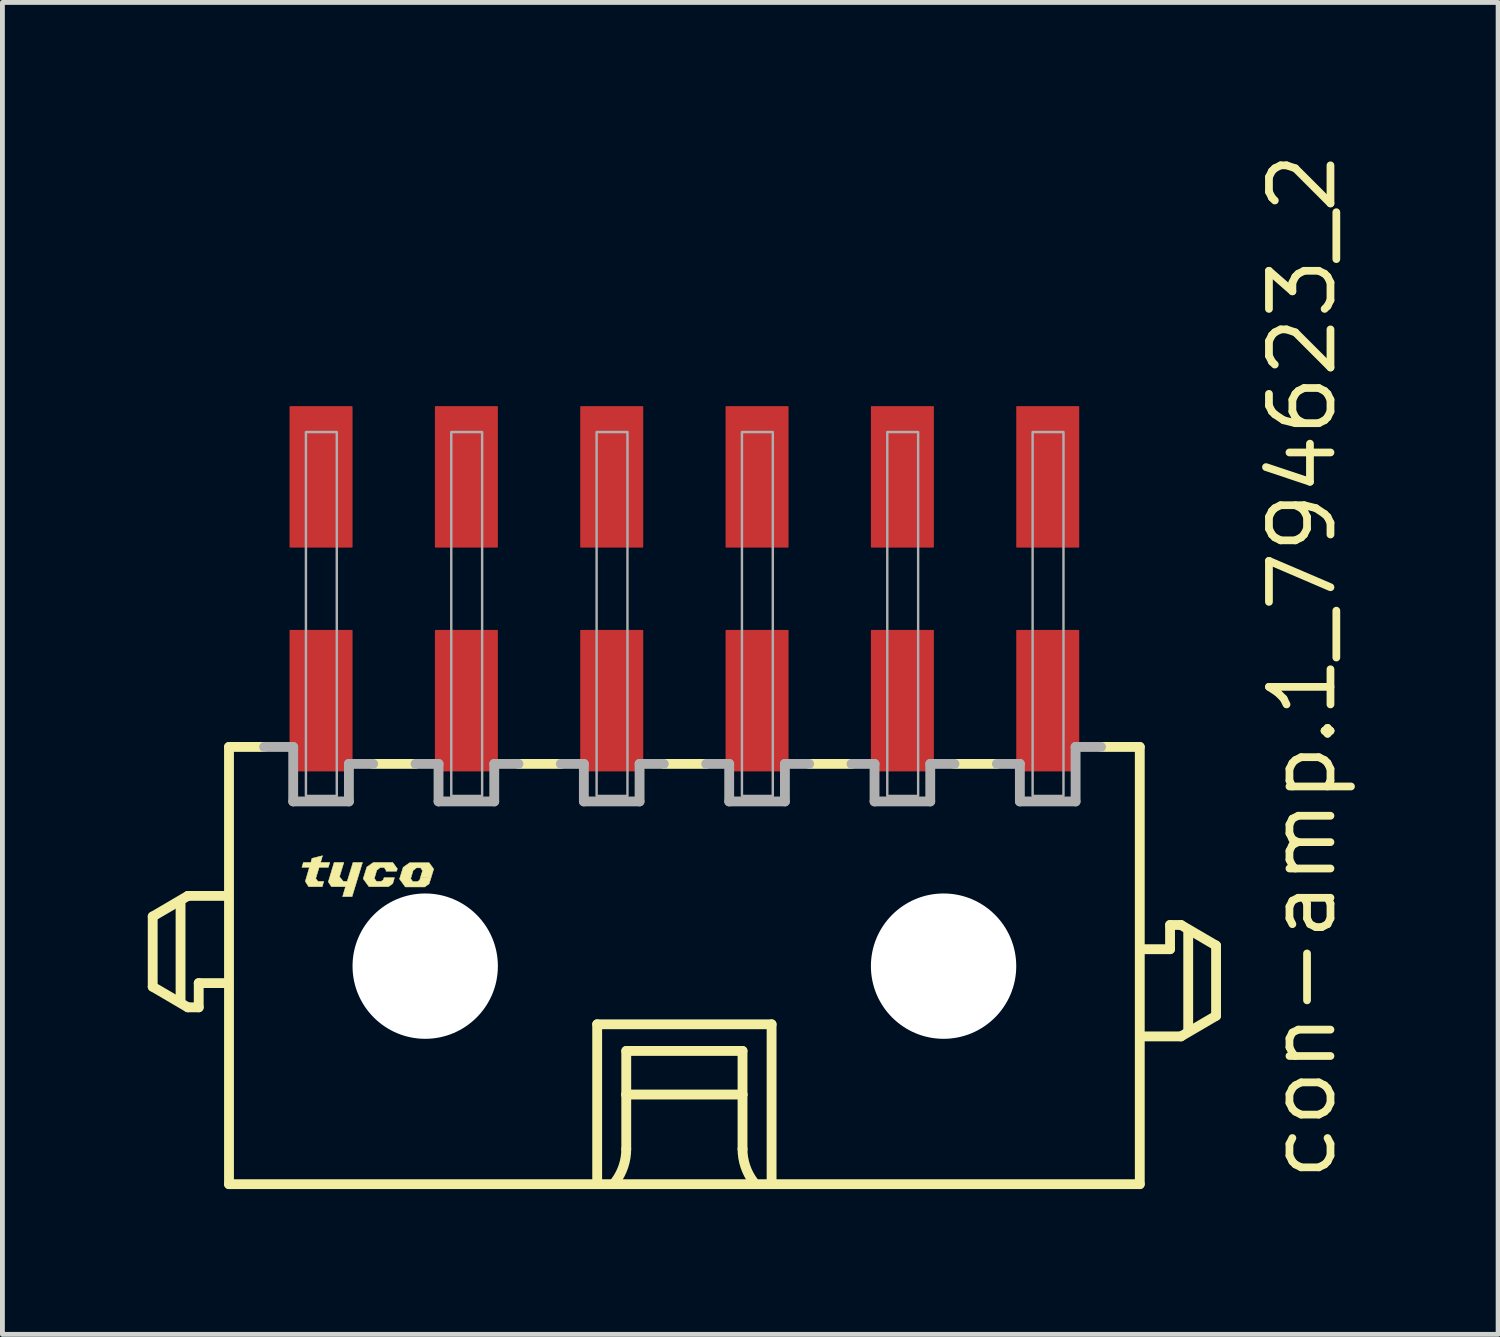
<source format=kicad_pcb>
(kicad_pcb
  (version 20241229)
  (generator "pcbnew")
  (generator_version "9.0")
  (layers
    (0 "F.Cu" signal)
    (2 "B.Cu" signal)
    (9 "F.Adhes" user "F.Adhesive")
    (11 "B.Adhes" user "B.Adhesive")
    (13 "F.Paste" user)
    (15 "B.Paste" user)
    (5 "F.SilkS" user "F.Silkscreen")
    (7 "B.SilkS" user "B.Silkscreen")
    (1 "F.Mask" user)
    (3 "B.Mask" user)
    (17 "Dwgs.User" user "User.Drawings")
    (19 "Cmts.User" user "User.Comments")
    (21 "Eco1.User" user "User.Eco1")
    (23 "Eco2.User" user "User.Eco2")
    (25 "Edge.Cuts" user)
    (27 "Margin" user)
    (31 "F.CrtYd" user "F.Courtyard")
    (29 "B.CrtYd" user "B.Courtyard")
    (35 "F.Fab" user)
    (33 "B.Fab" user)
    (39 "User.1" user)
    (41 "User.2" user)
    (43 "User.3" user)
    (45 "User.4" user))
  (footprint "con-amp.1_794623_2"
    (layer "F.Cu")
    (at 11.077 16.893)
    (property "Reference" "con-amp.1_794623_2" (at 13.5 4.5 90) (layer "F.SilkS") (effects (font (size 1.27 1.27) (thickness 0.16)) (justify left bottom)))
    (attr smd)
    (fp_line (start -10.975 -1.025) (end -10.975 0.425) (stroke (width 0.203) (type default)) (layer "F.SilkS"))
    (fp_line (start -10.975 0.425) (end -10.25 0.85) (stroke (width 0.203) (type default)) (layer "F.SilkS"))
    (fp_line (start -10.4 0.7) (end -10.4 -1.3) (stroke (width 0.203) (type default)) (layer "F.SilkS"))
    (fp_line (start -10.25 -1.45) (end -10.975 -1.025) (stroke (width 0.203) (type default)) (layer "F.SilkS"))
    (fp_line (start -10.25 0.85) (end -10.025 0.85) (stroke (width 0.203) (type default)) (layer "F.SilkS"))
    (fp_line (start -10.025 0.35) (end -9.5 0.35) (stroke (width 0.203) (type default)) (layer "F.SilkS"))
    (fp_line (start -10.025 0.85) (end -10.025 0.35) (stroke (width 0.203) (type default)) (layer "F.SilkS"))
    (fp_line (start -9.5 -1.45) (end -10.25 -1.45) (stroke (width 0.203) (type default)) (layer "F.SilkS"))
    (fp_line (start -9.4 -4.525) (end -9.4 4.5) (stroke (width 0.203) (type default)) (layer "F.SilkS"))
    (fp_line (start -9.4 -4.525) (end -8.675 -4.525) (stroke (width 0.203) (type default)) (layer "F.SilkS"))
    (fp_line (start -9.4 4.5) (end 9.4 4.5) (stroke (width 0.203) (type default)) (layer "F.SilkS"))
    (fp_line (start -5.55 -4.175) (end -6.425 -4.175) (stroke (width 0.203) (type default)) (layer "F.SilkS"))
    (fp_line (start -2.55 -4.175) (end -3.425 -4.175) (stroke (width 0.203) (type default)) (layer "F.SilkS"))
    (fp_line (start -1.8 1.2) (end 1.8 1.2) (stroke (width 0.203) (type default)) (layer "F.SilkS"))
    (fp_line (start -1.8 4.4) (end -1.8 1.2) (stroke (width 0.203) (type default)) (layer "F.SilkS"))
    (fp_line (start -1.2 1.75) (end -1.2 2.65) (stroke (width 0.203) (type default)) (layer "F.SilkS"))
    (fp_line (start -1.2 2.65) (end -1.2 3.775) (stroke (width 0.203) (type default)) (layer "F.SilkS"))
    (fp_line (start -1.2 2.65) (end 1.2 2.65) (stroke (width 0.203) (type default)) (layer "F.SilkS"))
    (fp_line (start 0.45 -4.175) (end -0.425 -4.175) (stroke (width 0.203) (type default)) (layer "F.SilkS"))
    (fp_line (start 1.2 1.75) (end -1.2 1.75) (stroke (width 0.203) (type default)) (layer "F.SilkS"))
    (fp_line (start 1.2 2.65) (end 1.2 1.75) (stroke (width 0.203) (type default)) (layer "F.SilkS"))
    (fp_line (start 1.2 2.65) (end 1.2 3.775) (stroke (width 0.203) (type default)) (layer "F.SilkS"))
    (fp_line (start 1.8 1.2) (end 1.8 4.4) (stroke (width 0.203) (type default)) (layer "F.SilkS"))
    (fp_line (start 3.45 -4.175) (end 2.575 -4.175) (stroke (width 0.203) (type default)) (layer "F.SilkS"))
    (fp_line (start 6.45 -4.175) (end 5.575 -4.175) (stroke (width 0.203) (type default)) (layer "F.SilkS"))
    (fp_line (start 9.4 -4.525) (end 8.6 -4.525) (stroke (width 0.203) (type default)) (layer "F.SilkS"))
    (fp_line (start 9.4 4.5) (end 9.4 -4.525) (stroke (width 0.203) (type default)) (layer "F.SilkS"))
    (fp_line (start 9.5 1.45) (end 10.25 1.45) (stroke (width 0.203) (type default)) (layer "F.SilkS"))
    (fp_line (start 10.025 -0.85) (end 10.025 -0.35) (stroke (width 0.203) (type default)) (layer "F.SilkS"))
    (fp_line (start 10.025 -0.35) (end 9.5 -0.35) (stroke (width 0.203) (type default)) (layer "F.SilkS"))
    (fp_line (start 10.25 -0.85) (end 10.025 -0.85) (stroke (width 0.203) (type default)) (layer "F.SilkS"))
    (fp_line (start 10.25 1.45) (end 10.975 1.025) (stroke (width 0.203) (type default)) (layer "F.SilkS"))
    (fp_line (start 10.4 1.3) (end 10.4 -0.7) (stroke (width 0.203) (type default)) (layer "F.SilkS"))
    (fp_line (start 10.975 -0.425) (end 10.25 -0.85) (stroke (width 0.203) (type default)) (layer "F.SilkS"))
    (fp_line (start 10.975 1.025) (end 10.975 -0.425) (stroke (width 0.203) (type default)) (layer "F.SilkS"))
    (fp_arc (start -1.2 3.775) (mid -1.257731 4.130756) (end -1.425 4.45) (stroke (width 0.2032) (type default)) (layer "F.SilkS"))
    (fp_arc (start 1.425 4.45) (mid 1.257731 4.130756) (end 1.2 3.775) (stroke (width 0.2032) (type default)) (layer "F.SilkS"))
    (fp_poly (pts (xy -7.23 -2.14) (xy -7.03 -2.14) (xy -7.12 -1.845) (xy -7.04 -1.75) (xy -6.96 -1.75) (xy -6.84 -2.14) (xy -6.645 -2.14) (xy -6.86 -1.435) (xy -7.055 -1.435) (xy -6.995 -1.64) (xy -7.285 -1.64) (xy -7.35 -1.74)) (stroke (width 0.01) (type default)) (fill yes) (layer "F.SilkS"))
    (fp_poly (pts (xy -7.865 -2.14) (xy -7.71 -2.14) (xy -7.688 -2.225) (xy -7.47 -2.28) (xy -7.51 -2.14) (xy -7.32 -2.14) (xy -7.35 -2.04) (xy -7.54 -2.04) (xy -7.61 -1.81) (xy -7.565 -1.75) (xy -7.445 -1.75) (xy -7.475 -1.64) (xy -7.755 -1.64) (xy -7.825 -1.75) (xy -7.74 -2.04) (xy -7.895 -2.04)) (stroke (width 0.01) (type default)) (fill yes) (layer "F.SilkS"))
    (fp_poly (pts (xy -6.16 -1.96) (xy -5.94 -1.96) (xy -5.925 -2.01) (xy -6.02 -2.14) (xy -6.42 -2.14) (xy -6.555 -2.045) (xy -6.63 -1.805) (xy -6.51 -1.64) (xy -6.11 -1.64) (xy -6.02 -1.705) (xy -5.985 -1.825) (xy -6.2 -1.825) (xy -6.215 -1.78) (xy -6.26 -1.75) (xy -6.355 -1.75) (xy -6.4 -1.81) (xy -6.35 -1.98) (xy -6.28 -2.035) (xy -6.195 -2.035) (xy -6.155 -1.975)) (stroke (width 0.01) (type default)) (fill yes) (layer "F.SilkS"))
    (fp_poly (pts (xy -5.45 -1.825) (xy -5.23 -1.825) (xy -5.175 -2.005) (xy -5.27 -2.135) (xy -5.67 -2.135) (xy -5.805 -2.04) (xy -5.88 -1.8) (xy -5.76 -1.635) (xy -5.36 -1.635) (xy -5.27 -1.7) (xy -5.23 -1.825) (xy -5.45 -1.82) (xy -5.465 -1.775) (xy -5.51 -1.745) (xy -5.605 -1.745) (xy -5.65 -1.805) (xy -5.6 -1.975) (xy -5.53 -2.03) (xy -5.445 -2.03) (xy -5.405 -1.97)) (stroke (width 0.01) (type default)) (fill yes) (layer "F.SilkS"))
    (fp_line (start -8.075 -4.525) (end -8.675 -4.525) (stroke (width 0.203) (type default)) (layer "F.Fab"))
    (fp_line (start -8.075 -3.4) (end -8.075 -4.525) (stroke (width 0.203) (type default)) (layer "F.Fab"))
    (fp_line (start -6.925 -4.175) (end -6.925 -3.4) (stroke (width 0.203) (type default)) (layer "F.Fab"))
    (fp_line (start -6.925 -3.4) (end -8.075 -3.4) (stroke (width 0.203) (type default)) (layer "F.Fab"))
    (fp_line (start -6.425 -4.175) (end -6.925 -4.175) (stroke (width 0.203) (type default)) (layer "F.Fab"))
    (fp_line (start -5.075 -4.175) (end -5.55 -4.175) (stroke (width 0.203) (type default)) (layer "F.Fab"))
    (fp_line (start -5.075 -3.4) (end -5.075 -4.175) (stroke (width 0.203) (type default)) (layer "F.Fab"))
    (fp_line (start -3.925 -4.175) (end -3.925 -3.4) (stroke (width 0.203) (type default)) (layer "F.Fab"))
    (fp_line (start -3.925 -3.4) (end -5.075 -3.4) (stroke (width 0.203) (type default)) (layer "F.Fab"))
    (fp_line (start -3.425 -4.175) (end -3.925 -4.175) (stroke (width 0.203) (type default)) (layer "F.Fab"))
    (fp_line (start -2.075 -4.175) (end -2.55 -4.175) (stroke (width 0.203) (type default)) (layer "F.Fab"))
    (fp_line (start -2.075 -3.4) (end -2.075 -4.175) (stroke (width 0.203) (type default)) (layer "F.Fab"))
    (fp_line (start -0.925 -4.175) (end -0.925 -3.4) (stroke (width 0.203) (type default)) (layer "F.Fab"))
    (fp_line (start -0.925 -3.4) (end -2.075 -3.4) (stroke (width 0.203) (type default)) (layer "F.Fab"))
    (fp_line (start -0.425 -4.175) (end -0.925 -4.175) (stroke (width 0.203) (type default)) (layer "F.Fab"))
    (fp_line (start 0.925 -4.175) (end 0.45 -4.175) (stroke (width 0.203) (type default)) (layer "F.Fab"))
    (fp_line (start 0.925 -3.4) (end 0.925 -4.175) (stroke (width 0.203) (type default)) (layer "F.Fab"))
    (fp_line (start 2.075 -4.175) (end 2.075 -3.4) (stroke (width 0.203) (type default)) (layer "F.Fab"))
    (fp_line (start 2.075 -3.4) (end 0.925 -3.4) (stroke (width 0.203) (type default)) (layer "F.Fab"))
    (fp_line (start 2.575 -4.175) (end 2.075 -4.175) (stroke (width 0.203) (type default)) (layer "F.Fab"))
    (fp_line (start 3.925 -4.175) (end 3.45 -4.175) (stroke (width 0.203) (type default)) (layer "F.Fab"))
    (fp_line (start 3.925 -3.4) (end 3.925 -4.175) (stroke (width 0.203) (type default)) (layer "F.Fab"))
    (fp_line (start 5.075 -4.175) (end 5.075 -3.4) (stroke (width 0.203) (type default)) (layer "F.Fab"))
    (fp_line (start 5.075 -3.4) (end 3.925 -3.4) (stroke (width 0.203) (type default)) (layer "F.Fab"))
    (fp_line (start 5.575 -4.175) (end 5.075 -4.175) (stroke (width 0.203) (type default)) (layer "F.Fab"))
    (fp_line (start 6.925 -4.175) (end 6.45 -4.175) (stroke (width 0.203) (type default)) (layer "F.Fab"))
    (fp_line (start 6.925 -3.4) (end 6.925 -4.175) (stroke (width 0.203) (type default)) (layer "F.Fab"))
    (fp_line (start 8.075 -4.525) (end 8.075 -3.4) (stroke (width 0.203) (type default)) (layer "F.Fab"))
    (fp_line (start 8.075 -3.4) (end 6.925 -3.4) (stroke (width 0.203) (type default)) (layer "F.Fab"))
    (fp_line (start 8.6 -4.525) (end 8.075 -4.525) (stroke (width 0.203) (type default)) (layer "F.Fab"))
    (fp_rect (start -7.812 -3.513) (end -7.175 -11.025) (stroke (width 0.05) (type default)) (fill no) (layer "F.Fab"))
    (fp_rect (start -4.812 -3.513) (end -4.175 -11.025) (stroke (width 0.05) (type default)) (fill no) (layer "F.Fab"))
    (fp_rect (start -1.812 -3.513) (end -1.175 -11.025) (stroke (width 0.05) (type default)) (fill no) (layer "F.Fab"))
    (fp_rect (start 1.188 -3.513) (end 1.825 -11.025) (stroke (width 0.05) (type default)) (fill no) (layer "F.Fab"))
    (fp_rect (start 4.188 -3.513) (end 4.825 -11.025) (stroke (width 0.05) (type default)) (fill no) (layer "F.Fab"))
    (fp_rect (start 7.188 -3.513) (end 7.825 -11.025) (stroke (width 0.05) (type default)) (fill no) (layer "F.Fab"))
    (pad "" np_thru_hole circle (at -5.35 0) (size 3 3) (drill 3) (layers "*.Cu" "*.Mask"))
    (pad "" np_thru_hole circle (at 5.35 0) (size 3 3) (drill 3) (layers "*.Cu" "*.Mask"))
    (pad "1" smd roundrect (at 7.5 -10.1) (size 1.3 2.92) (layers "F.Cu" "F.Mask" "F.Paste") (roundrect_rratio 0.01))
    (pad "2" smd roundrect (at 7.5 -5.48) (size 1.3 2.92) (layers "F.Cu" "F.Mask" "F.Paste") (roundrect_rratio 0.01))
    (pad "3" smd roundrect (at 4.5 -10.1) (size 1.3 2.92) (layers "F.Cu" "F.Mask" "F.Paste") (roundrect_rratio 0.01))
    (pad "4" smd roundrect (at 4.5 -5.48) (size 1.3 2.92) (layers "F.Cu" "F.Mask" "F.Paste") (roundrect_rratio 0.01))
    (pad "5" smd roundrect (at 1.5 -10.1) (size 1.3 2.92) (layers "F.Cu" "F.Mask" "F.Paste") (roundrect_rratio 0.01))
    (pad "6" smd roundrect (at 1.5 -5.48) (size 1.3 2.92) (layers "F.Cu" "F.Mask" "F.Paste") (roundrect_rratio 0.01))
    (pad "7" smd roundrect (at -1.5 -10.1) (size 1.3 2.92) (layers "F.Cu" "F.Mask" "F.Paste") (roundrect_rratio 0.01))
    (pad "8" smd roundrect (at -1.5 -5.48) (size 1.3 2.92) (layers "F.Cu" "F.Mask" "F.Paste") (roundrect_rratio 0.01))
    (pad "9" smd roundrect (at -4.5 -10.1) (size 1.3 2.92) (layers "F.Cu" "F.Mask" "F.Paste") (roundrect_rratio 0.01))
    (pad "10" smd roundrect (at -4.5 -5.48) (size 1.3 2.92) (layers "F.Cu" "F.Mask" "F.Paste") (roundrect_rratio 0.01))
    (pad "11" smd roundrect (at -7.5 -10.1) (size 1.3 2.92) (layers "F.Cu" "F.Mask" "F.Paste") (roundrect_rratio 0.01))
    (pad "12" smd roundrect (at -7.5 -5.48) (size 1.3 2.92) (layers "F.Cu" "F.Mask" "F.Paste") (roundrect_rratio 0.01)))
  (gr_rect
    (start -3 -3)
    (end 27.874 24.494)
    (stroke (width 0.1) (type default))
    (fill no)
    (layer "Edge.Cuts")))
</source>
